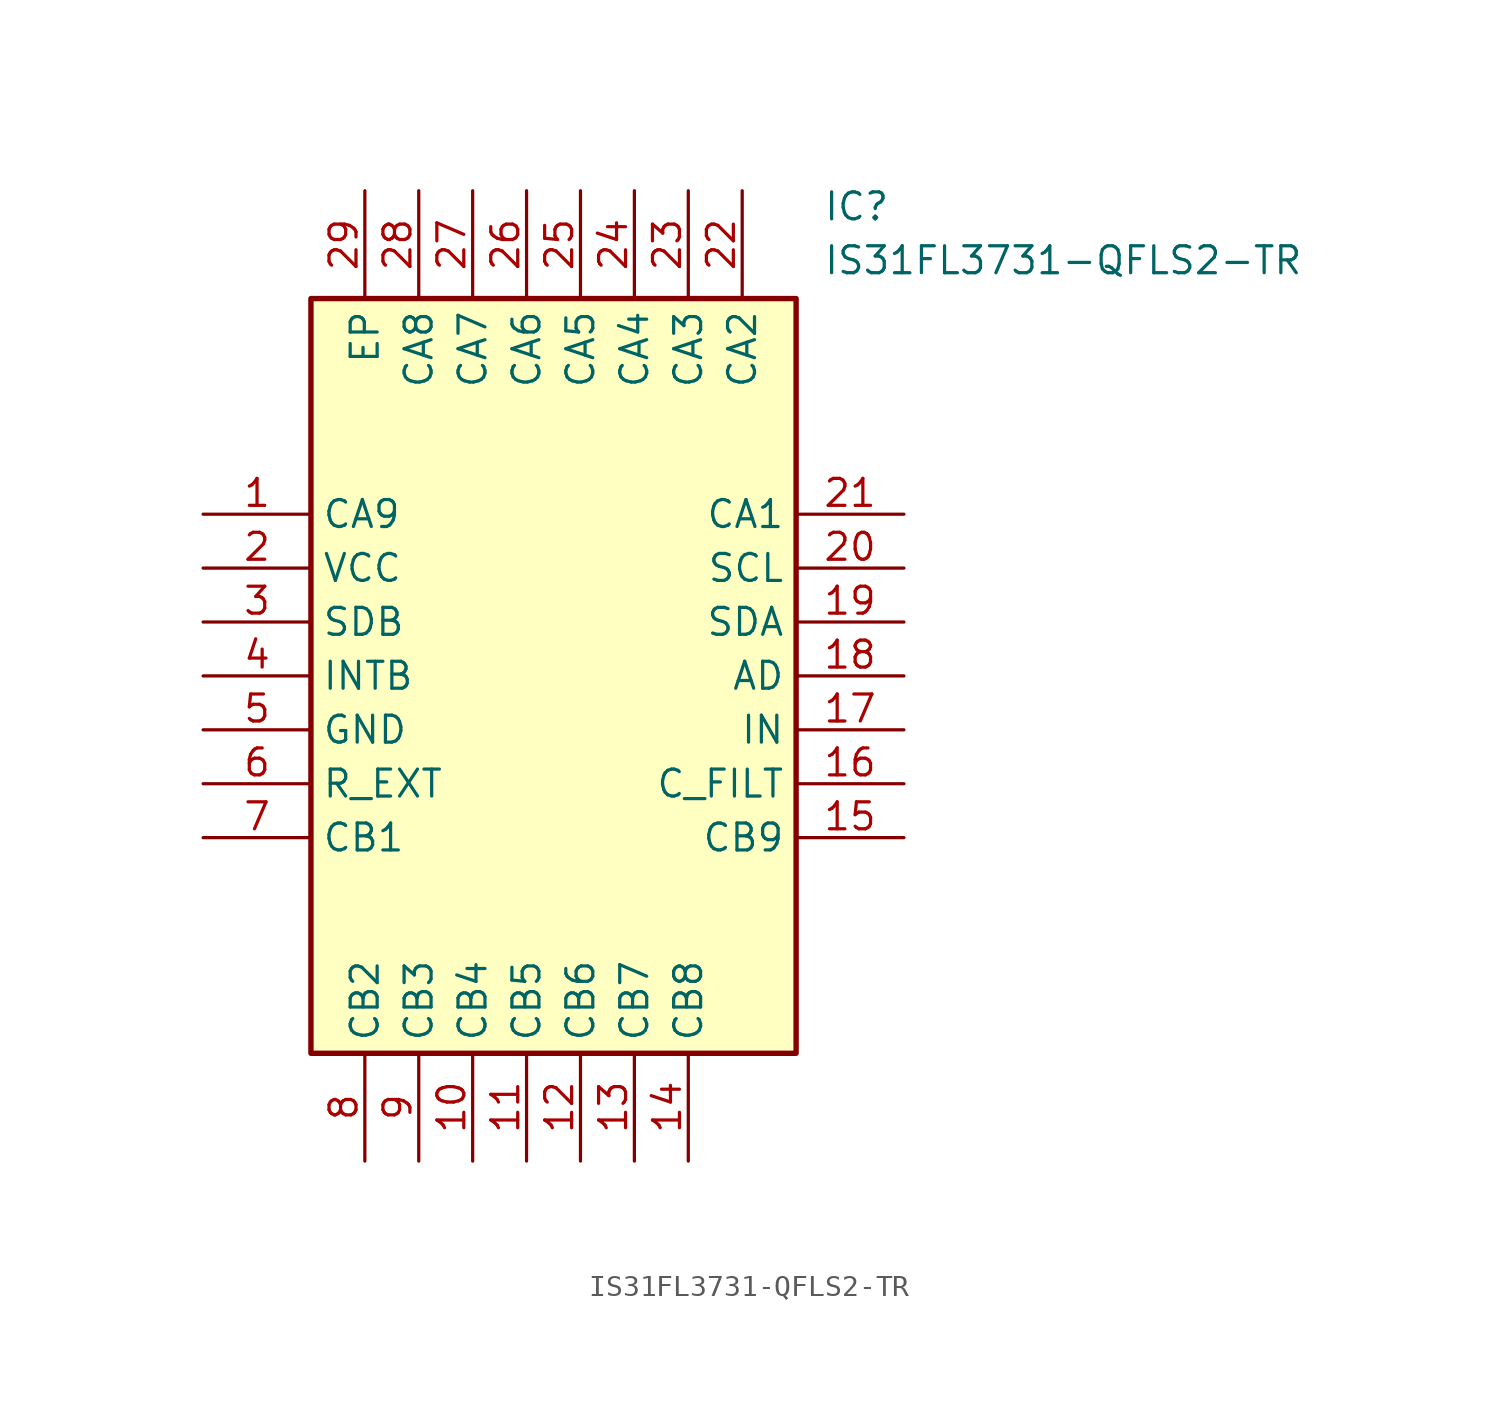
<source format=kicad_sym>
(kicad_symbol_lib
  (version 20211014)
  (generator SamacSys_ECAD_Model)
  (symbol "IS31FL3731-QFLS2-TR"
    (property "Reference" "IC"
      (at 29.21 15.24 0)
      (effects (font (size 1.27 1.27)) (justify left top)))
    (property "Value" "IS31FL3731-QFLS2-TR"
      (at 29.21 12.7 0)
      (effects (font (size 1.27 1.27)) (justify left top)))
    (rectangle
      (start 5.08 10.16)
      (end 27.94 -25.4)
      (stroke (width 0.254) (type default))
      (fill (type background)))
    (pin passive line
      (at 0 0 0)
      (length 5.08)
      (name "CA9" (effects (font (size 1.27 1.27))))
      (number "1" (effects (font (size 1.27 1.27)))))
    (pin passive line
      (at 0 -2.54 0)
      (length 5.08)
      (name "VCC" (effects (font (size 1.27 1.27))))
      (number "2" (effects (font (size 1.27 1.27)))))
    (pin passive line
      (at 0 -5.08 0)
      (length 5.08)
      (name "SDB" (effects (font (size 1.27 1.27))))
      (number "3" (effects (font (size 1.27 1.27)))))
    (pin passive line
      (at 0 -7.62 0)
      (length 5.08)
      (name "INTB" (effects (font (size 1.27 1.27))))
      (number "4" (effects (font (size 1.27 1.27)))))
    (pin passive line
      (at 0 -10.16 0)
      (length 5.08)
      (name "GND" (effects (font (size 1.27 1.27))))
      (number "5" (effects (font (size 1.27 1.27)))))
    (pin passive line
      (at 0 -12.7 0)
      (length 5.08)
      (name "R_EXT" (effects (font (size 1.27 1.27))))
      (number "6" (effects (font (size 1.27 1.27)))))
    (pin passive line
      (at 0 -15.24 0)
      (length 5.08)
      (name "CB1" (effects (font (size 1.27 1.27))))
      (number "7" (effects (font (size 1.27 1.27)))))
    (pin passive line
      (at 7.62 -30.48 90)
      (length 5.08)
      (name "CB2" (effects (font (size 1.27 1.27))))
      (number "8" (effects (font (size 1.27 1.27)))))
    (pin passive line
      (at 10.16 -30.48 90)
      (length 5.08)
      (name "CB3" (effects (font (size 1.27 1.27))))
      (number "9" (effects (font (size 1.27 1.27)))))
    (pin passive line
      (at 12.7 -30.48 90)
      (length 5.08)
      (name "CB4" (effects (font (size 1.27 1.27))))
      (number "10" (effects (font (size 1.27 1.27)))))
    (pin passive line
      (at 15.24 -30.48 90)
      (length 5.08)
      (name "CB5" (effects (font (size 1.27 1.27))))
      (number "11" (effects (font (size 1.27 1.27)))))
    (pin passive line
      (at 17.78 -30.48 90)
      (length 5.08)
      (name "CB6" (effects (font (size 1.27 1.27))))
      (number "12" (effects (font (size 1.27 1.27)))))
    (pin passive line
      (at 20.32 -30.48 90)
      (length 5.08)
      (name "CB7" (effects (font (size 1.27 1.27))))
      (number "13" (effects (font (size 1.27 1.27)))))
    (pin passive line
      (at 22.86 -30.48 90)
      (length 5.08)
      (name "CB8" (effects (font (size 1.27 1.27))))
      (number "14" (effects (font (size 1.27 1.27)))))
    (pin passive line
      (at 33.02 0 180)
      (length 5.08)
      (name "CA1" (effects (font (size 1.27 1.27))))
      (number "21" (effects (font (size 1.27 1.27)))))
    (pin passive line
      (at 33.02 -2.54 180)
      (length 5.08)
      (name "SCL" (effects (font (size 1.27 1.27))))
      (number "20" (effects (font (size 1.27 1.27)))))
    (pin passive line
      (at 33.02 -5.08 180)
      (length 5.08)
      (name "SDA" (effects (font (size 1.27 1.27))))
      (number "19" (effects (font (size 1.27 1.27)))))
    (pin passive line
      (at 33.02 -7.62 180)
      (length 5.08)
      (name "AD" (effects (font (size 1.27 1.27))))
      (number "18" (effects (font (size 1.27 1.27)))))
    (pin passive line
      (at 33.02 -10.16 180)
      (length 5.08)
      (name "IN" (effects (font (size 1.27 1.27))))
      (number "17" (effects (font (size 1.27 1.27)))))
    (pin passive line
      (at 33.02 -12.7 180)
      (length 5.08)
      (name "C_FILT" (effects (font (size 1.27 1.27))))
      (number "16" (effects (font (size 1.27 1.27)))))
    (pin passive line
      (at 33.02 -15.24 180)
      (length 5.08)
      (name "CB9" (effects (font (size 1.27 1.27))))
      (number "15" (effects (font (size 1.27 1.27)))))
    (pin passive line
      (at 7.62 15.24 270)
      (length 5.08)
      (name "EP" (effects (font (size 1.27 1.27))))
      (number "29" (effects (font (size 1.27 1.27)))))
    (pin passive line
      (at 10.16 15.24 270)
      (length 5.08)
      (name "CA8" (effects (font (size 1.27 1.27))))
      (number "28" (effects (font (size 1.27 1.27)))))
    (pin passive line
      (at 12.7 15.24 270)
      (length 5.08)
      (name "CA7" (effects (font (size 1.27 1.27))))
      (number "27" (effects (font (size 1.27 1.27)))))
    (pin passive line
      (at 15.24 15.24 270)
      (length 5.08)
      (name "CA6" (effects (font (size 1.27 1.27))))
      (number "26" (effects (font (size 1.27 1.27)))))
    (pin passive line
      (at 17.78 15.24 270)
      (length 5.08)
      (name "CA5" (effects (font (size 1.27 1.27))))
      (number "25" (effects (font (size 1.27 1.27)))))
    (pin passive line
      (at 20.32 15.24 270)
      (length 5.08)
      (name "CA4" (effects (font (size 1.27 1.27))))
      (number "24" (effects (font (size 1.27 1.27)))))
    (pin passive line
      (at 22.86 15.24 270)
      (length 5.08)
      (name "CA3" (effects (font (size 1.27 1.27))))
      (number "23" (effects (font (size 1.27 1.27)))))
    (pin passive line
      (at 25.4 15.24 270)
      (length 5.08)
      (name "CA2" (effects (font (size 1.27 1.27))))
      (number "22" (effects (font (size 1.27 1.27)))))))
</source>
